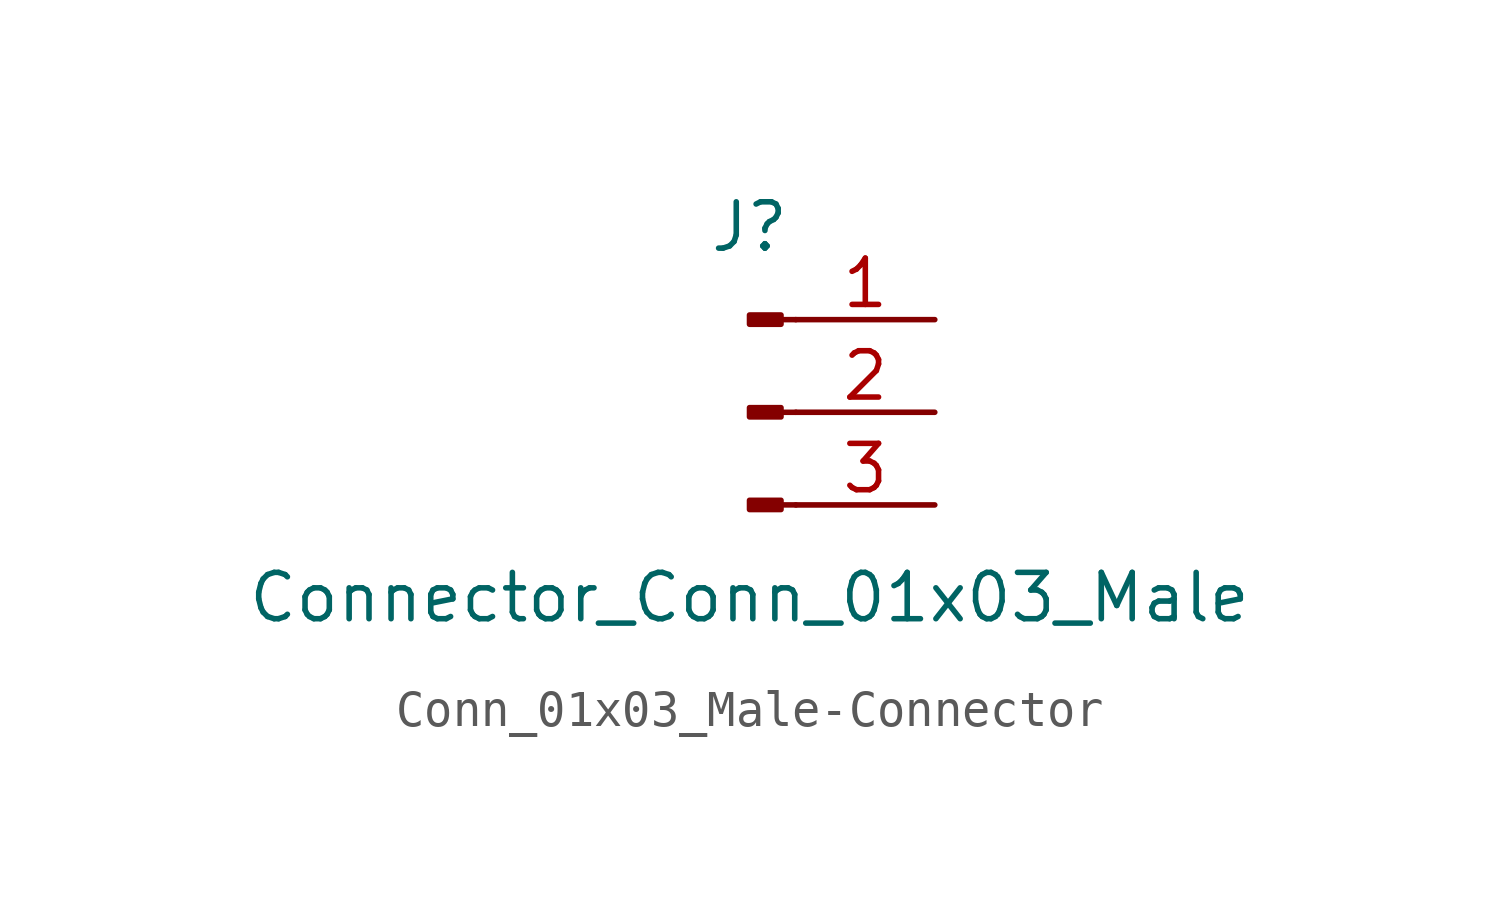
<source format=kicad_sym>
(kicad_symbol_lib
  (version 20231120)
  (generator "kicad_symbol_editor")
  (generator_version "8.0")
  (symbol "Conn_01x03_Male-Connector"
    (pin_names
      (offset 1.016) hide)
    (property "Reference" "J"
      (at 0 5.08 0)
      (effects (font (size 1.27 1.27))))
    (property "Value" "Connector_Conn_01x03_Male"
      (at 0 -5.08 0)
      (effects (font (size 1.27 1.27))))
    (symbol "Conn_01x03_Male-Connector_1_1"
      (polyline (pts (xy 1.27 -2.54) (xy 0.864 -2.54)) (stroke (width 0.152) (type solid)) (fill (type none)))
      (polyline (pts (xy 1.27 0) (xy 0.864 0)) (stroke (width 0.152) (type solid)) (fill (type none)))
      (polyline (pts (xy 1.27 2.54) (xy 0.864 2.54)) (stroke (width 0.152) (type solid)) (fill (type none)))
      (rectangle (start 0.864 -2.413) (end 0 -2.667) (stroke (width 0.152) (type solid)) (fill (type outline)))
      (rectangle (start 0.864 0.127) (end 0 -0.127) (stroke (width 0.152) (type solid)) (fill (type outline)))
      (rectangle (start 0.864 2.667) (end 0 2.413) (stroke (width 0.152) (type solid)) (fill (type outline)))
      (pin passive line (at 5.08 2.54 180) (length 3.81) (name "Pin_1" (effects (font (size 1.27 1.27)))) (number "1" (effects (font (size 1.27 1.27)))))
      (pin passive line (at 5.08 0 180) (length 3.81) (name "Pin_2" (effects (font (size 1.27 1.27)))) (number "2" (effects (font (size 1.27 1.27)))))
      (pin passive line (at 5.08 -2.54 180) (length 3.81) (name "Pin_3" (effects (font (size 1.27 1.27)))) (number "3" (effects (font (size 1.27 1.27))))))))
</source>
